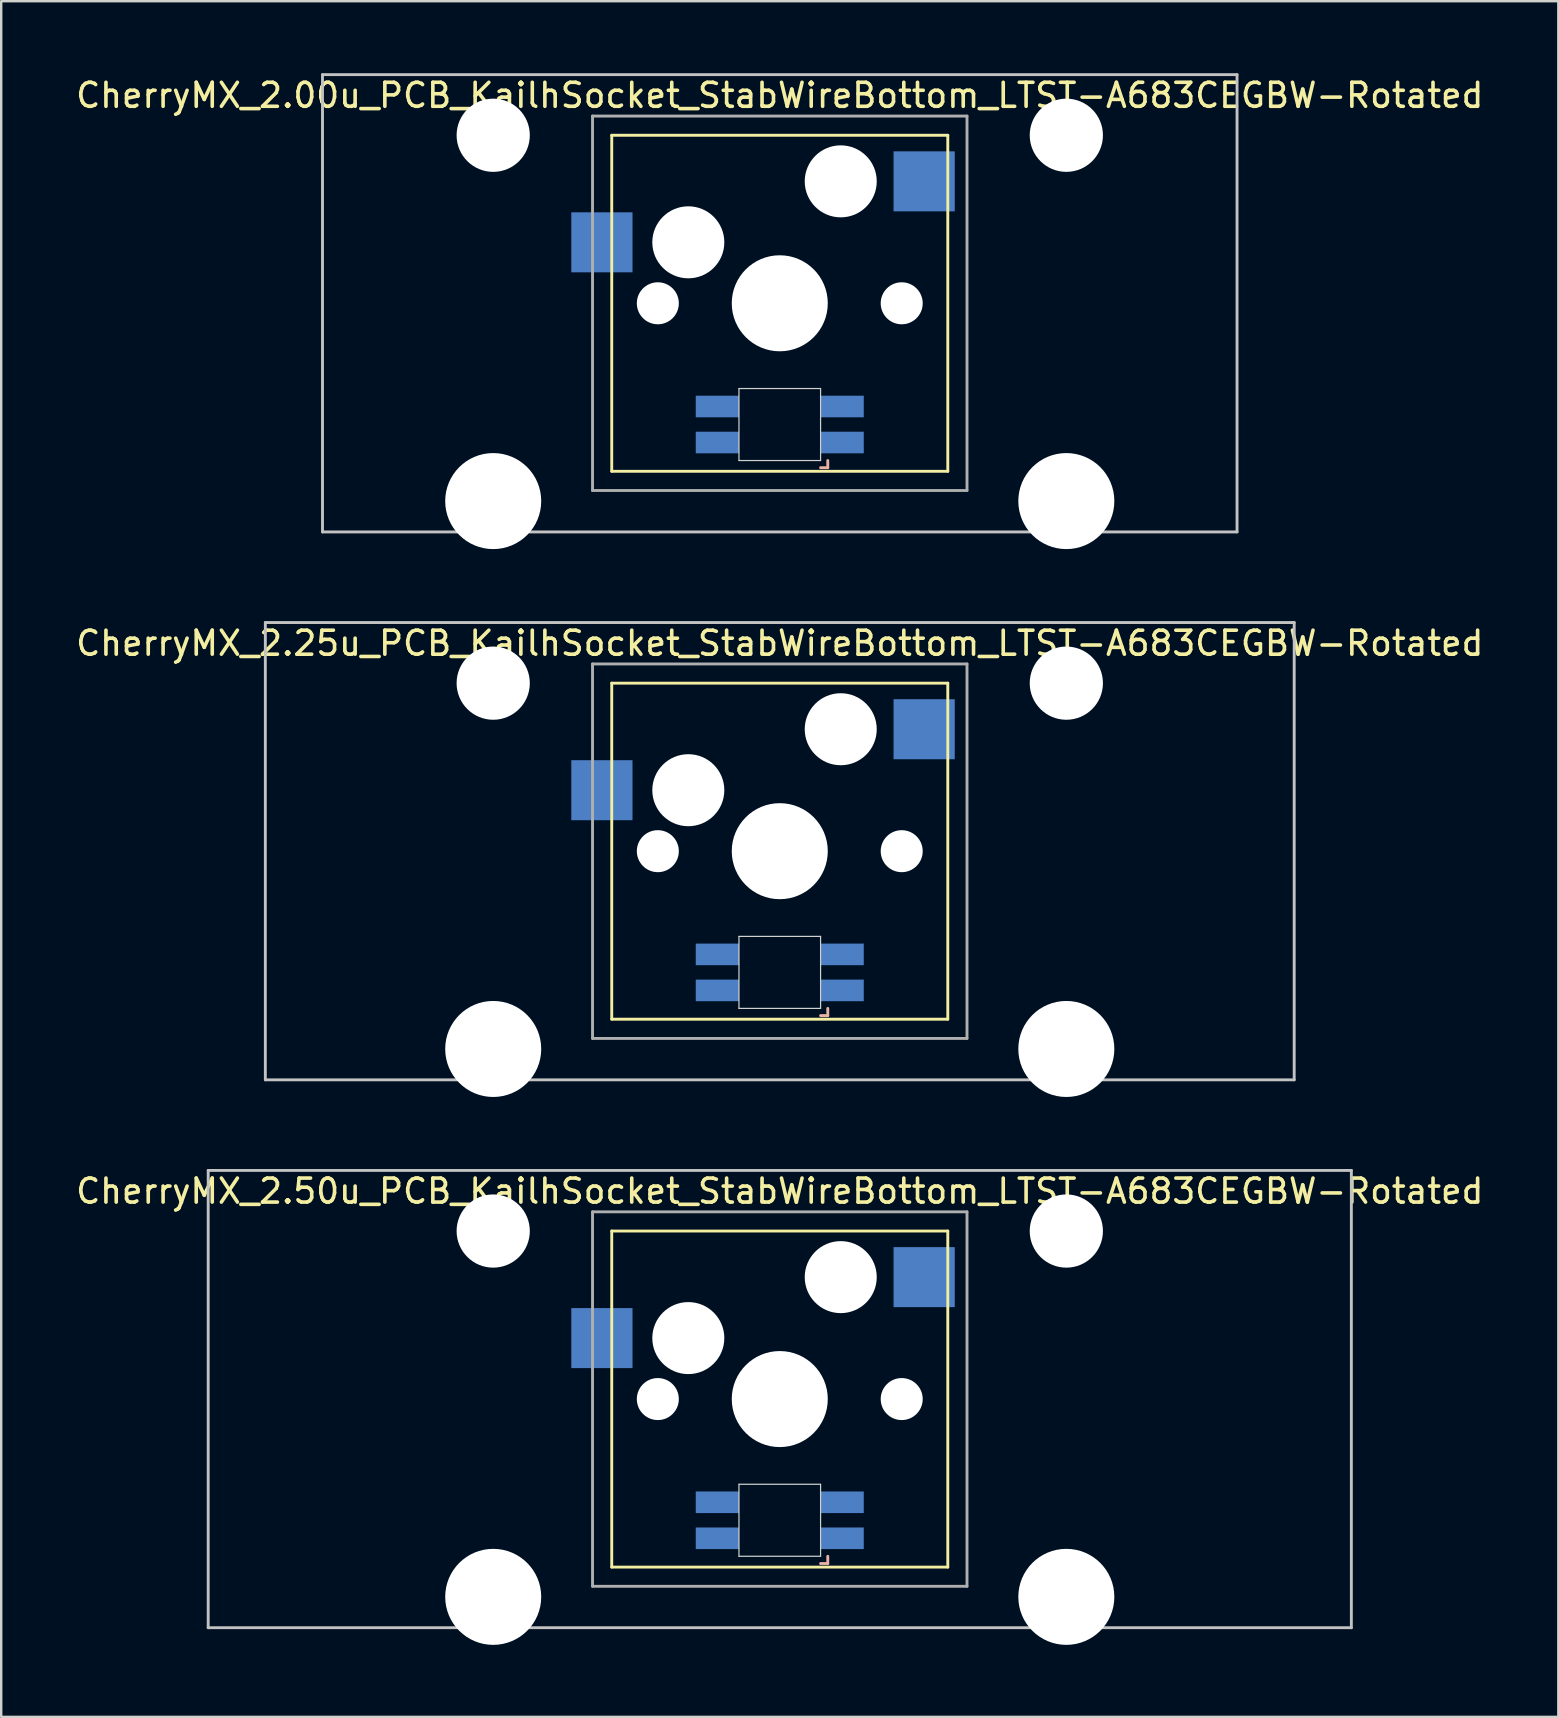
<source format=kicad_pcb>
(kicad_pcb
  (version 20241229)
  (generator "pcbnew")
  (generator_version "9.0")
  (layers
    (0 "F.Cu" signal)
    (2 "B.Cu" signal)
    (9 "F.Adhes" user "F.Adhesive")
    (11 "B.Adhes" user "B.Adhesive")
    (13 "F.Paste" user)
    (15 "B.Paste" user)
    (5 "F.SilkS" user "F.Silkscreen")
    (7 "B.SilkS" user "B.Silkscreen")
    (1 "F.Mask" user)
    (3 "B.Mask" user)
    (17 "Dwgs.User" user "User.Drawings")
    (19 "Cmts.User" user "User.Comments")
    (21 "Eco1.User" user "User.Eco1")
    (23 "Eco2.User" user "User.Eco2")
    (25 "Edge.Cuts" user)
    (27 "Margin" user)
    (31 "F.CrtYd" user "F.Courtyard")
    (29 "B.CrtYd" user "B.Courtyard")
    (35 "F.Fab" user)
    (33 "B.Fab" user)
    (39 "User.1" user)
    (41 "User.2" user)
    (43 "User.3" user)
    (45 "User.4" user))
  (footprint "CherryMX_2.00u_PCB_KailhSocket_StabWireBottom_LTST-A683CEGBW-Rotated"
    (layer "F.Cu")
    (at 29.435 9.585)
    (property "Reference" "CherryMX_2.00u_PCB_KailhSocket_StabWireBottom_LTST-A683CEGBW-Rotated" (at 0 -8.662 0) (layer "F.SilkS") (effects (font (size 1 1) (thickness 0.15))))
    (attr through_hole)
    (fp_line (start -7 -7) (end -7 7) (stroke (width 0.12) (type solid)) (layer "F.SilkS"))
    (fp_line (start -7 -7) (end 7 -7) (stroke (width 0.12) (type solid)) (layer "F.SilkS"))
    (fp_line (start 7 -7) (end 7 7) (stroke (width 0.12) (type solid)) (layer "F.SilkS"))
    (fp_line (start 7 7) (end -7 7) (stroke (width 0.12) (type solid)) (layer "F.SilkS"))
    (fp_line (start 1.7 6.85) (end 2 6.85) (stroke (width 0.12) (type solid)) (layer "B.SilkS"))
    (fp_line (start 2 6.85) (end 2 6.55) (stroke (width 0.12) (type solid)) (layer "B.SilkS"))
    (fp_line (start -19.05 -9.525) (end 19.05 -9.525) (stroke (width 0.12) (type solid)) (layer "Dwgs.User"))
    (fp_line (start -19.05 9.525) (end -19.05 -9.525) (stroke (width 0.12) (type solid)) (layer "Dwgs.User"))
    (fp_line (start 19.05 -9.525) (end 19.05 9.525) (stroke (width 0.12) (type solid)) (layer "Dwgs.User"))
    (fp_line (start 19.05 9.525) (end -19.05 9.525) (stroke (width 0.12) (type solid)) (layer "Dwgs.User"))
    (fp_line (start -1.7 3.55) (end 1.7 3.55) (stroke (width 0.05) (type solid)) (layer "Edge.Cuts"))
    (fp_line (start -1.7 6.55) (end -1.7 3.55) (stroke (width 0.05) (type solid)) (layer "Edge.Cuts"))
    (fp_line (start 1.7 3.55) (end 1.7 6.55) (stroke (width 0.05) (type solid)) (layer "Edge.Cuts"))
    (fp_line (start 1.7 6.55) (end -1.7 6.55) (stroke (width 0.05) (type solid)) (layer "Edge.Cuts"))
    (fp_line (start -7.8 -7.8) (end -7.8 7.8) (stroke (width 0.12) (type solid)) (layer "F.Fab"))
    (fp_line (start -7.8 -7.8) (end 7.8 -7.8) (stroke (width 0.12) (type solid)) (layer "F.Fab"))
    (fp_line (start -7.8 7.8) (end 7.8 7.8) (stroke (width 0.12) (type solid)) (layer "F.Fab"))
    (fp_line (start 7.8 -7.8) (end 7.8 7.8) (stroke (width 0.12) (type solid)) (layer "F.Fab"))
    (pad "" np_thru_hole circle (at -11.938 -7) (size 3.05 3.05) (drill 3.05) (layers "*.Cu" "*.Mask"))
    (pad "" np_thru_hole circle (at -11.938 8.24) (size 4 4) (drill 4) (layers "*.Cu" "*.Mask"))
    (pad "" np_thru_hole circle (at -5.08 0) (size 1.75 1.75) (drill 1.75) (layers "*.Cu" "*.Mask"))
    (pad "" np_thru_hole circle (at -3.81 -2.54) (size 3 3) (drill 3) (layers "*.Cu" "*.Mask"))
    (pad "" np_thru_hole circle (at 0 0) (size 4 4) (drill 4) (layers "*.Cu" "*.Mask"))
    (pad "" np_thru_hole circle (at 2.54 -5.08) (size 3 3) (drill 3) (layers "*.Cu" "*.Mask"))
    (pad "" np_thru_hole circle (at 5.08 0) (size 1.75 1.75) (drill 1.75) (layers "*.Cu" "*.Mask"))
    (pad "" np_thru_hole circle (at 11.938 -7) (size 3.05 3.05) (drill 3.05) (layers "*.Cu" "*.Mask"))
    (pad "" np_thru_hole circle (at 11.938 8.24) (size 4 4) (drill 4) (layers "*.Cu" "*.Mask"))
    (pad "1" smd rect (at -7.41 -2.54) (size 2.55 2.5) (layers "B.Cu" "B.Mask" "B.Paste"))
    (pad "2" smd rect (at 6.015 -5.08) (size 2.55 2.5) (layers "B.Cu" "B.Mask" "B.Paste"))
    (pad "3" smd rect (at 2.6 5.8) (size 1.8 0.9) (layers "B.Cu" "B.Mask" "B.Paste"))
    (pad "4" smd rect (at 2.6 4.3) (size 1.8 0.9) (layers "B.Cu" "B.Mask" "B.Paste"))
    (pad "5" smd rect (at -2.6 5.8) (size 1.8 0.9) (layers "B.Cu" "B.Mask" "B.Paste"))
    (pad "6" smd rect (at -2.6 4.3) (size 1.8 0.9) (layers "B.Cu" "B.Mask" "B.Paste")))
  (footprint "CherryMX_2.25u_PCB_KailhSocket_StabWireBottom_LTST-A683CEGBW-Rotated"
    (layer "F.Cu")
    (at 29.435 32.41)
    (property "Reference" "CherryMX_2.25u_PCB_KailhSocket_StabWireBottom_LTST-A683CEGBW-Rotated" (at 0 -8.662 0) (layer "F.SilkS") (effects (font (size 1 1) (thickness 0.15))))
    (attr through_hole)
    (fp_line (start -7 -7) (end -7 7) (stroke (width 0.12) (type solid)) (layer "F.SilkS"))
    (fp_line (start -7 -7) (end 7 -7) (stroke (width 0.12) (type solid)) (layer "F.SilkS"))
    (fp_line (start 7 -7) (end 7 7) (stroke (width 0.12) (type solid)) (layer "F.SilkS"))
    (fp_line (start 7 7) (end -7 7) (stroke (width 0.12) (type solid)) (layer "F.SilkS"))
    (fp_line (start 1.7 6.85) (end 2 6.85) (stroke (width 0.12) (type solid)) (layer "B.SilkS"))
    (fp_line (start 2 6.85) (end 2 6.55) (stroke (width 0.12) (type solid)) (layer "B.SilkS"))
    (fp_line (start -21.431 -9.525) (end 21.431 -9.525) (stroke (width 0.12) (type solid)) (layer "Dwgs.User"))
    (fp_line (start -21.431 9.525) (end -21.431 -9.525) (stroke (width 0.12) (type solid)) (layer "Dwgs.User"))
    (fp_line (start 21.431 -9.525) (end 21.431 9.525) (stroke (width 0.12) (type solid)) (layer "Dwgs.User"))
    (fp_line (start 21.431 9.525) (end -21.431 9.525) (stroke (width 0.12) (type solid)) (layer "Dwgs.User"))
    (fp_line (start -1.7 3.55) (end 1.7 3.55) (stroke (width 0.05) (type solid)) (layer "Edge.Cuts"))
    (fp_line (start -1.7 6.55) (end -1.7 3.55) (stroke (width 0.05) (type solid)) (layer "Edge.Cuts"))
    (fp_line (start 1.7 3.55) (end 1.7 6.55) (stroke (width 0.05) (type solid)) (layer "Edge.Cuts"))
    (fp_line (start 1.7 6.55) (end -1.7 6.55) (stroke (width 0.05) (type solid)) (layer "Edge.Cuts"))
    (fp_line (start -7.8 -7.8) (end -7.8 7.8) (stroke (width 0.12) (type solid)) (layer "F.Fab"))
    (fp_line (start -7.8 -7.8) (end 7.8 -7.8) (stroke (width 0.12) (type solid)) (layer "F.Fab"))
    (fp_line (start -7.8 7.8) (end 7.8 7.8) (stroke (width 0.12) (type solid)) (layer "F.Fab"))
    (fp_line (start 7.8 -7.8) (end 7.8 7.8) (stroke (width 0.12) (type solid)) (layer "F.Fab"))
    (pad "" np_thru_hole circle (at -11.938 -7) (size 3.05 3.05) (drill 3.05) (layers "*.Cu" "*.Mask"))
    (pad "" np_thru_hole circle (at -11.938 8.24) (size 4 4) (drill 4) (layers "*.Cu" "*.Mask"))
    (pad "" np_thru_hole circle (at -5.08 0) (size 1.75 1.75) (drill 1.75) (layers "*.Cu" "*.Mask"))
    (pad "" np_thru_hole circle (at -3.81 -2.54) (size 3 3) (drill 3) (layers "*.Cu" "*.Mask"))
    (pad "" np_thru_hole circle (at 0 0) (size 4 4) (drill 4) (layers "*.Cu" "*.Mask"))
    (pad "" np_thru_hole circle (at 2.54 -5.08) (size 3 3) (drill 3) (layers "*.Cu" "*.Mask"))
    (pad "" np_thru_hole circle (at 5.08 0) (size 1.75 1.75) (drill 1.75) (layers "*.Cu" "*.Mask"))
    (pad "" np_thru_hole circle (at 11.938 -7) (size 3.05 3.05) (drill 3.05) (layers "*.Cu" "*.Mask"))
    (pad "" np_thru_hole circle (at 11.938 8.24) (size 4 4) (drill 4) (layers "*.Cu" "*.Mask"))
    (pad "1" smd rect (at -7.41 -2.54) (size 2.55 2.5) (layers "B.Cu" "B.Mask" "B.Paste"))
    (pad "2" smd rect (at 6.015 -5.08) (size 2.55 2.5) (layers "B.Cu" "B.Mask" "B.Paste"))
    (pad "3" smd rect (at 2.6 5.8) (size 1.8 0.9) (layers "B.Cu" "B.Mask" "B.Paste"))
    (pad "4" smd rect (at 2.6 4.3) (size 1.8 0.9) (layers "B.Cu" "B.Mask" "B.Paste"))
    (pad "5" smd rect (at -2.6 5.8) (size 1.8 0.9) (layers "B.Cu" "B.Mask" "B.Paste"))
    (pad "6" smd rect (at -2.6 4.3) (size 1.8 0.9) (layers "B.Cu" "B.Mask" "B.Paste")))
  (footprint "CherryMX_2.50u_PCB_KailhSocket_StabWireBottom_LTST-A683CEGBW-Rotated"
    (layer "F.Cu")
    (at 29.435 55.235)
    (property "Reference" "CherryMX_2.50u_PCB_KailhSocket_StabWireBottom_LTST-A683CEGBW-Rotated" (at 0 -8.662 0) (layer "F.SilkS") (effects (font (size 1 1) (thickness 0.15))))
    (attr through_hole)
    (fp_line (start -7 -7) (end -7 7) (stroke (width 0.12) (type solid)) (layer "F.SilkS"))
    (fp_line (start -7 -7) (end 7 -7) (stroke (width 0.12) (type solid)) (layer "F.SilkS"))
    (fp_line (start 7 -7) (end 7 7) (stroke (width 0.12) (type solid)) (layer "F.SilkS"))
    (fp_line (start 7 7) (end -7 7) (stroke (width 0.12) (type solid)) (layer "F.SilkS"))
    (fp_line (start 1.7 6.85) (end 2 6.85) (stroke (width 0.12) (type solid)) (layer "B.SilkS"))
    (fp_line (start 2 6.85) (end 2 6.55) (stroke (width 0.12) (type solid)) (layer "B.SilkS"))
    (fp_line (start -23.812 -9.525) (end 23.812 -9.525) (stroke (width 0.12) (type solid)) (layer "Dwgs.User"))
    (fp_line (start -23.812 9.525) (end -23.812 -9.525) (stroke (width 0.12) (type solid)) (layer "Dwgs.User"))
    (fp_line (start 23.812 -9.525) (end 23.812 9.525) (stroke (width 0.12) (type solid)) (layer "Dwgs.User"))
    (fp_line (start 23.812 9.525) (end -23.812 9.525) (stroke (width 0.12) (type solid)) (layer "Dwgs.User"))
    (fp_line (start -1.7 3.55) (end 1.7 3.55) (stroke (width 0.05) (type solid)) (layer "Edge.Cuts"))
    (fp_line (start -1.7 6.55) (end -1.7 3.55) (stroke (width 0.05) (type solid)) (layer "Edge.Cuts"))
    (fp_line (start 1.7 3.55) (end 1.7 6.55) (stroke (width 0.05) (type solid)) (layer "Edge.Cuts"))
    (fp_line (start 1.7 6.55) (end -1.7 6.55) (stroke (width 0.05) (type solid)) (layer "Edge.Cuts"))
    (fp_line (start -7.8 -7.8) (end -7.8 7.8) (stroke (width 0.12) (type solid)) (layer "F.Fab"))
    (fp_line (start -7.8 -7.8) (end 7.8 -7.8) (stroke (width 0.12) (type solid)) (layer "F.Fab"))
    (fp_line (start -7.8 7.8) (end 7.8 7.8) (stroke (width 0.12) (type solid)) (layer "F.Fab"))
    (fp_line (start 7.8 -7.8) (end 7.8 7.8) (stroke (width 0.12) (type solid)) (layer "F.Fab"))
    (pad "" np_thru_hole circle (at -11.938 -7) (size 3.05 3.05) (drill 3.05) (layers "*.Cu" "*.Mask"))
    (pad "" np_thru_hole circle (at -11.938 8.24) (size 4 4) (drill 4) (layers "*.Cu" "*.Mask"))
    (pad "" np_thru_hole circle (at -5.08 0) (size 1.75 1.75) (drill 1.75) (layers "*.Cu" "*.Mask"))
    (pad "" np_thru_hole circle (at -3.81 -2.54) (size 3 3) (drill 3) (layers "*.Cu" "*.Mask"))
    (pad "" np_thru_hole circle (at 0 0) (size 4 4) (drill 4) (layers "*.Cu" "*.Mask"))
    (pad "" np_thru_hole circle (at 2.54 -5.08) (size 3 3) (drill 3) (layers "*.Cu" "*.Mask"))
    (pad "" np_thru_hole circle (at 5.08 0) (size 1.75 1.75) (drill 1.75) (layers "*.Cu" "*.Mask"))
    (pad "" np_thru_hole circle (at 11.938 -7) (size 3.05 3.05) (drill 3.05) (layers "*.Cu" "*.Mask"))
    (pad "" np_thru_hole circle (at 11.938 8.24) (size 4 4) (drill 4) (layers "*.Cu" "*.Mask"))
    (pad "1" smd rect (at -7.41 -2.54) (size 2.55 2.5) (layers "B.Cu" "B.Mask" "B.Paste"))
    (pad "2" smd rect (at 6.015 -5.08) (size 2.55 2.5) (layers "B.Cu" "B.Mask" "B.Paste"))
    (pad "3" smd rect (at 2.6 5.8) (size 1.8 0.9) (layers "B.Cu" "B.Mask" "B.Paste"))
    (pad "4" smd rect (at 2.6 4.3) (size 1.8 0.9) (layers "B.Cu" "B.Mask" "B.Paste"))
    (pad "5" smd rect (at -2.6 5.8) (size 1.8 0.9) (layers "B.Cu" "B.Mask" "B.Paste"))
    (pad "6" smd rect (at -2.6 4.3) (size 1.8 0.9) (layers "B.Cu" "B.Mask" "B.Paste")))
  (gr_rect
    (start -3 -3)
    (end 61.869 68.475)
    (stroke (width 0.1) (type default))
    (fill no)
    (layer "Edge.Cuts")))
</source>
